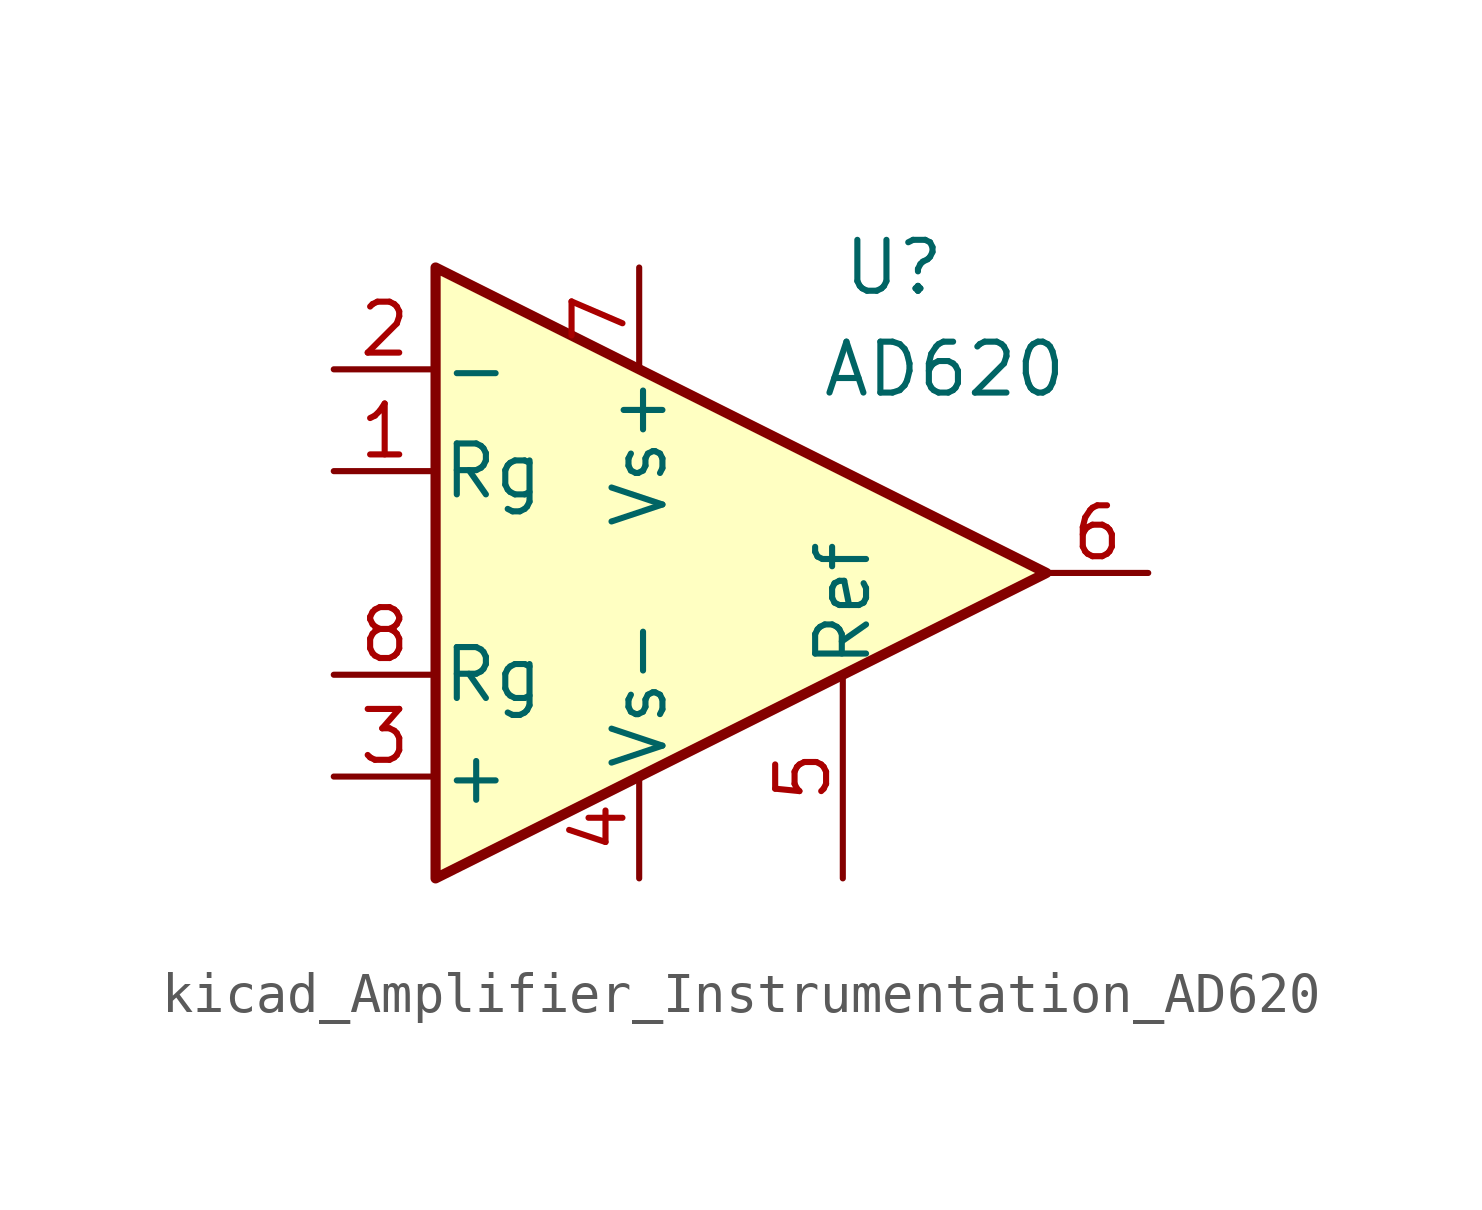
<source format=kicad_sym>
(kicad_symbol_lib
  (version 20220914)
  (generator kicad_symbol_editor)
  (symbol "kicad_Amplifier_Instrumentation_AD620"
    (pin_names
      (offset 0.127))
    (property "Reference" "U"
      (at 3.81 7.62 0)
      (effects (font (size 1.27 1.27))))
    (property "Value" "AD620"
      (at 5.08 5.08 0)
      (effects (font (size 1.27 1.27))))
    (symbol "kicad_Amplifier_Instrumentation_AD620_0_1"
      (polyline (pts (xy -7.62 7.62) (xy -7.62 -7.62) (xy 7.62 0) (xy -7.62 7.62)) (stroke (width 0.254) (type default)) (fill (type background))))
    (symbol "kicad_Amplifier_Instrumentation_AD620_1_1"
      (pin passive line (at -10.16 2.54 0) (length 2.54) (name "Rg" (effects (font (size 1.27 1.27)))) (number "1" (effects (font (size 1.27 1.27)))))
      (pin input line (at -10.16 5.08 0) (length 2.54) (name "-" (effects (font (size 1.27 1.27)))) (number "2" (effects (font (size 1.27 1.27)))))
      (pin input line (at -10.16 -5.08 0) (length 2.54) (name "+" (effects (font (size 1.27 1.27)))) (number "3" (effects (font (size 1.27 1.27)))))
      (pin power_in line (at -2.54 -7.62 90) (length 2.54) (name "Vs-" (effects (font (size 1.27 1.27)))) (number "4" (effects (font (size 1.27 1.27)))))
      (pin passive line (at 2.54 -7.62 90) (length 5.08) (name "Ref" (effects (font (size 1.27 1.27)))) (number "5" (effects (font (size 1.27 1.27)))))
      (pin output line (at 10.16 0 180) (length 2.54) (name "~" (effects (font (size 1.27 1.27)))) (number "6" (effects (font (size 1.27 1.27)))))
      (pin power_in line (at -2.54 7.62 270) (length 2.54) (name "Vs+" (effects (font (size 1.27 1.27)))) (number "7" (effects (font (size 1.27 1.27)))))
      (pin passive line (at -10.16 -2.54 0) (length 2.54) (name "Rg" (effects (font (size 1.27 1.27)))) (number "8" (effects (font (size 1.27 1.27))))))))
</source>
